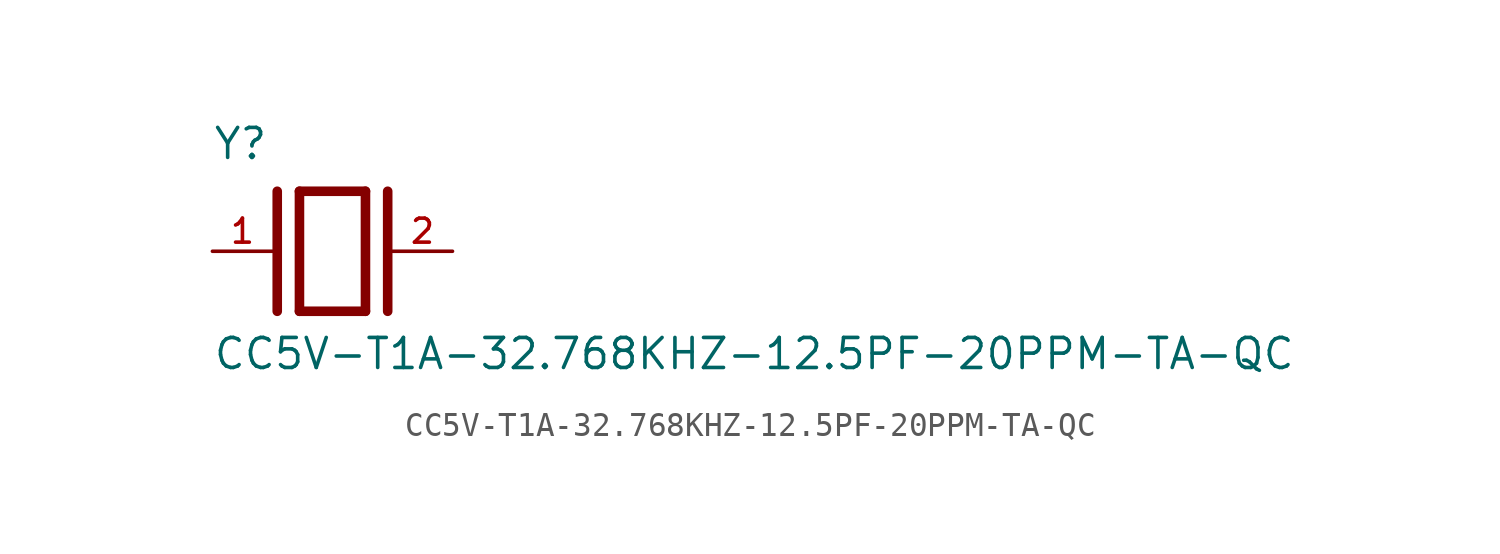
<source format=kicad_sym>
(kicad_symbol_lib
  (version 20211014)
  (generator kicad_symbol_editor)
  (symbol "CC5V-T1A-32.768KHZ-12.5PF-20PPM-TA-QC"
    (pin_names
      (offset 1.016))
    (property "Reference" "Y"
      (at -5.08 3.81 0)
      (effects (font (size 1.27 1.27)) (justify bottom left)))
    (property "Value" "CC5V-T1A-32.768KHZ-12.5PF-20PPM-TA-QC"
      (at -5.08 -5.08 0)
      (effects (font (size 1.27 1.27)) (justify bottom left)))
    (symbol "CC5V-T1A-32.768KHZ-12.5PF-20PPM-TA-QC_0_0"
      (polyline (pts (xy -1.397 2.54) (xy 1.397 2.54)) (stroke (width 0.406)))
      (polyline (pts (xy 1.397 2.54) (xy 1.397 -2.54)) (stroke (width 0.406)))
      (polyline (pts (xy 1.397 -2.54) (xy -1.397 -2.54)) (stroke (width 0.406)))
      (polyline (pts (xy -1.397 2.54) (xy -1.397 -2.54)) (stroke (width 0.406)))
      (polyline (pts (xy 2.337 2.54) (xy 2.337 -2.54)) (stroke (width 0.406)))
      (polyline (pts (xy -2.337 2.54) (xy -2.337 -2.54)) (stroke (width 0.406)))
      (pin passive line (at 5.08 0.0 180.0) (length 2.54) (name "~" (effects (font (size 1.016 1.016)))) (number "2" (effects (font (size 1.016 1.016)))))
      (pin passive line (at -5.08 0.0 0) (length 2.54) (name "~" (effects (font (size 1.016 1.016)))) (number "1" (effects (font (size 1.016 1.016))))))))
</source>
